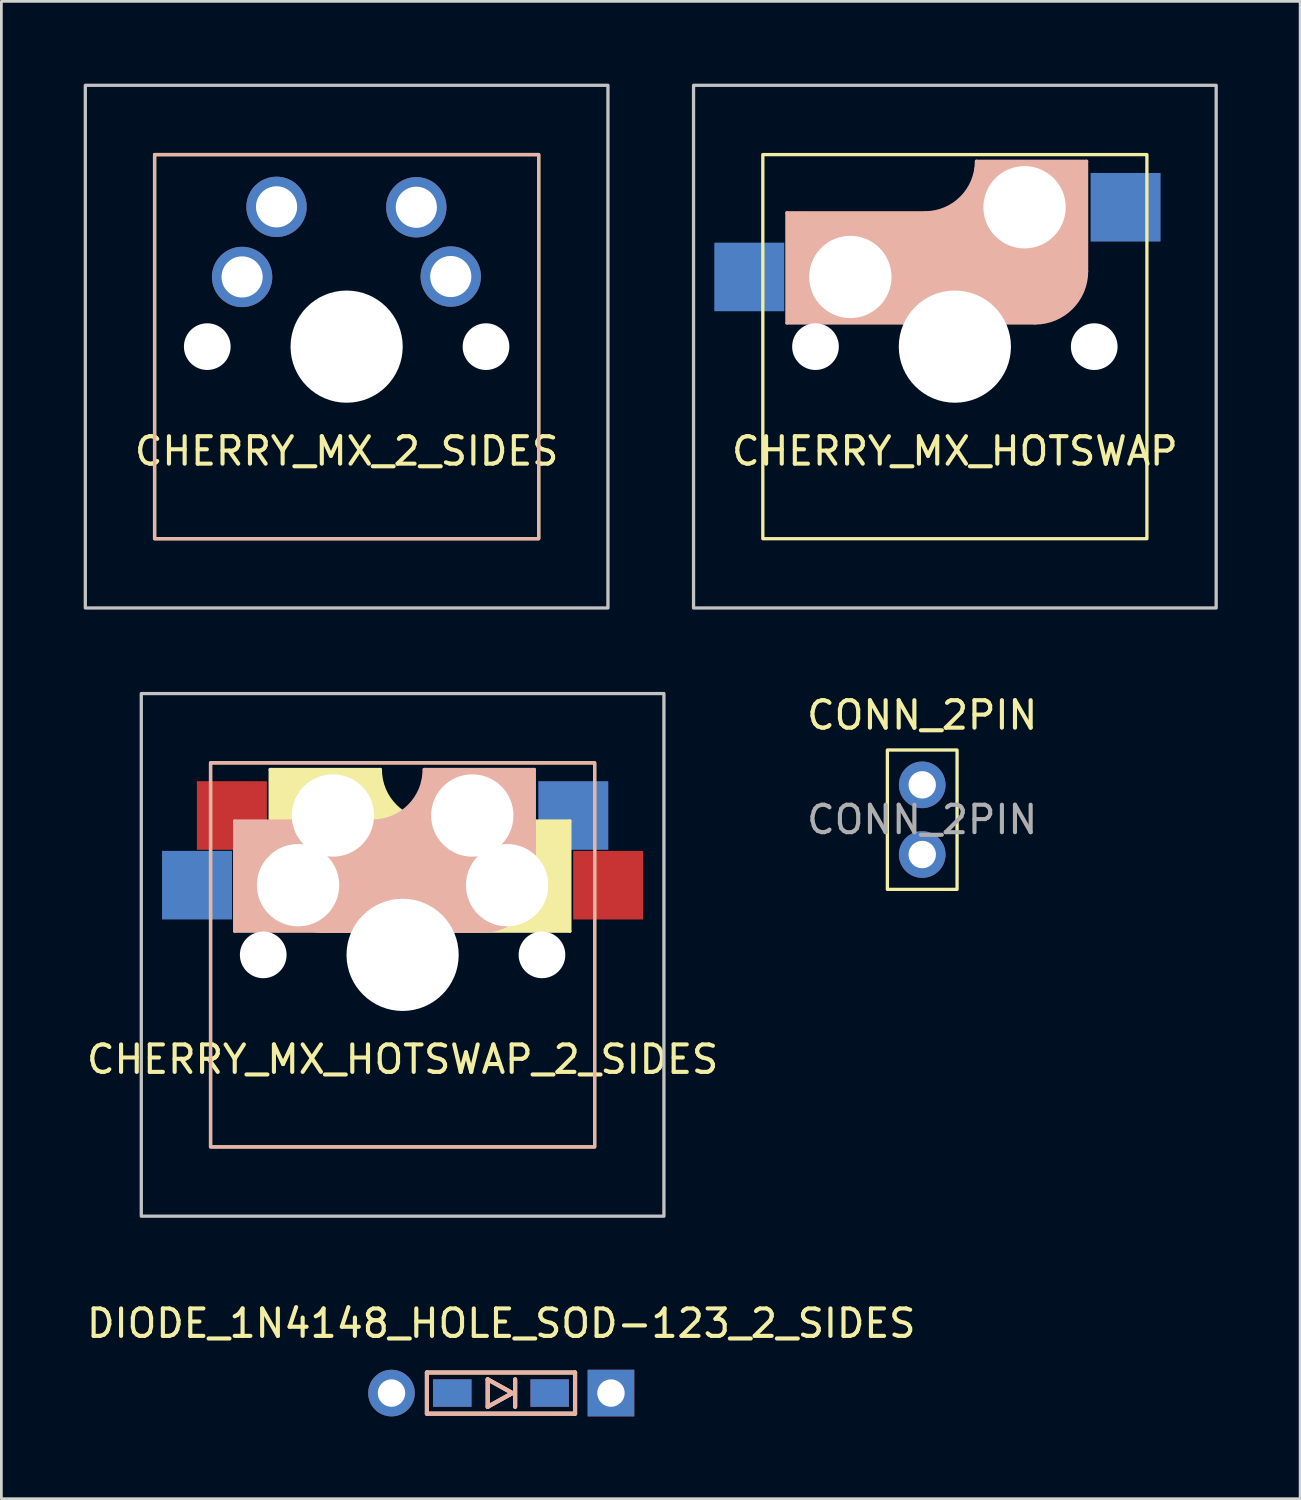
<source format=kicad_pcb>
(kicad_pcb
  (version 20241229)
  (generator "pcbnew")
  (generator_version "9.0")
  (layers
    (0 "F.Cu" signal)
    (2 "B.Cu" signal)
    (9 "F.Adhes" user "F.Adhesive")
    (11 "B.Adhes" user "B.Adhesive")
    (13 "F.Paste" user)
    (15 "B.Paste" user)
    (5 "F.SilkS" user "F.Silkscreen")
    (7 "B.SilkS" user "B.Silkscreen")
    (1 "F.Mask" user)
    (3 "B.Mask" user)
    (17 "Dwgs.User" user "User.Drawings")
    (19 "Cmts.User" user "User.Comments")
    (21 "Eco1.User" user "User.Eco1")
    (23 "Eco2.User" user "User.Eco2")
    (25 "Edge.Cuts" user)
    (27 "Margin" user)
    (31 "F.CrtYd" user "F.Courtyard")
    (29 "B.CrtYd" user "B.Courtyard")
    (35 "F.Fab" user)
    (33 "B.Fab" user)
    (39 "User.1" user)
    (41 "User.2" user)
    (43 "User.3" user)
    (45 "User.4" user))
  (footprint "CHERRY_MX_HOTSWAP"
    (layer "F.Cu")
    (at 31.755 9.585)
    (property "Reference" "CHERRY_MX_HOTSWAP" (at 0 3.81 0) (unlocked yes) (layer "F.SilkS") (effects (font (size 1 1) (thickness 0.15))))
    (attr smd)
    (fp_rect (start -7 -7) (end 7 7) (stroke (width 0.12) (type solid)) (fill no) (layer "F.SilkS"))
    (fp_line (start -6.121 -4.877) (end -1.092 -4.877) (stroke (width 0.12) (type solid)) (layer "B.SilkS"))
    (fp_line (start -6.121 -0.864) (end -6.121 -4.877) (stroke (width 0.12) (type solid)) (layer "B.SilkS"))
    (fp_line (start 2.921 -0.864) (end -6.121 -0.864) (stroke (width 0.12) (type solid)) (layer "B.SilkS"))
    (fp_line (start 4.801 -6.756) (end 0.787 -6.756) (stroke (width 0.12) (type solid)) (layer "B.SilkS"))
    (fp_line (start 4.801 -6.756) (end 4.801 -2.743) (stroke (width 0.12) (type solid)) (layer "B.SilkS"))
    (fp_arc (start 0.7874 -6.7564) (mid 0.236878 -5.427322) (end -1.0922 -4.8768) (stroke (width 0.12) (type solid)) (layer "B.SilkS"))
    (fp_arc (start 4.8006 -2.7432) (mid 4.250078 -1.414122) (end 2.921 -0.8636) (stroke (width 0.12) (type solid)) (layer "B.SilkS"))
    (fp_poly (pts (xy 0.711 -6.045) (xy 0.356 -5.436) (xy -0.356 -4.928) (xy -1.219 -4.826) (xy -6.096 -4.826) (xy -6.096 -0.914) (xy 2.896 -0.914) (xy 3.658 -1.067) (xy 4.318 -1.575) (xy 4.674 -2.286) (xy 4.724 -2.997) (xy 4.724 -6.706) (xy 0.813 -6.706)) (stroke (width 0.12) (type solid)) (fill yes) (layer "B.SilkS"))
    (fp_rect (start -9.525 -9.525) (end 9.525 9.525) (stroke (width 0.12) (type solid)) (fill no) (layer "Dwgs.User"))
    (pad "" np_thru_hole circle (at -5.08 0) (size 1.702 1.702) (drill 1.702) (layers "*.Cu" "*.Mask"))
    (pad "" np_thru_hole circle (at -3.81 -2.54) (size 3 3) (drill 3) (layers "*.Cu" "*.Mask"))
    (pad "" np_thru_hole circle (at 0 0) (size 4.089 4.089) (drill 4.089) (layers "*.Cu" "*.Mask"))
    (pad "" np_thru_hole circle (at 2.54 -5.08) (size 3 3) (drill 3) (layers "*.Cu" "*.Mask"))
    (pad "" np_thru_hole circle (at 5.08 0) (size 1.702 1.702) (drill 1.702) (layers "*.Cu" "*.Mask"))
    (pad "1" smd rect (at -7.493 -2.54) (size 2.55 2.5) (layers "B.Cu" "B.Mask" "B.Paste"))
    (pad "2" smd rect (at 6.223 -5.08) (size 2.55 2.5) (layers "B.Cu" "B.Mask" "B.Paste")))
  (footprint "CHERRY_MX_HOTSWAP_2_SIDES"
    (layer "F.Cu")
    (at 11.625 31.755)
    (property "Reference" "CHERRY_MX_HOTSWAP_2_SIDES" (at 0 3.81 0) (unlocked yes) (layer "F.SilkS") (effects (font (size 1 1) (thickness 0.15))))
    (attr smd)
    (fp_line (start -4.826 -6.756) (end -4.826 -2.743) (stroke (width 0.12) (type solid)) (layer "F.SilkS"))
    (fp_line (start -4.826 -6.756) (end -0.813 -6.756) (stroke (width 0.12) (type solid)) (layer "F.SilkS"))
    (fp_line (start -2.946 -0.864) (end 6.096 -0.864) (stroke (width 0.12) (type solid)) (layer "F.SilkS"))
    (fp_line (start 6.096 -4.877) (end 1.067 -4.877) (stroke (width 0.12) (type solid)) (layer "F.SilkS"))
    (fp_line (start 6.096 -0.864) (end 6.096 -4.877) (stroke (width 0.12) (type solid)) (layer "F.SilkS"))
    (fp_rect (start -7 -7) (end 7 7) (stroke (width 0.12) (type solid)) (fill no) (layer "F.SilkS"))
    (fp_arc (start -2.9464 -0.8636) (mid -4.275478 -1.414122) (end -4.826 -2.7432) (stroke (width 0.12) (type solid)) (layer "F.SilkS"))
    (fp_arc (start 1.0668 -4.8768) (mid -0.262278 -5.427322) (end -0.8128 -6.7564) (stroke (width 0.12) (type solid)) (layer "F.SilkS"))
    (fp_poly (pts (xy -0.762 -6.045) (xy -0.406 -5.436) (xy 0.305 -4.928) (xy 1.168 -4.826) (xy 6.045 -4.826) (xy 6.045 -0.914) (xy -2.946 -0.914) (xy -3.708 -1.067) (xy -4.369 -1.575) (xy -4.724 -2.286) (xy -4.775 -2.997) (xy -4.775 -6.706) (xy -0.864 -6.706)) (stroke (width 0.12) (type solid)) (fill yes) (layer "F.SilkS"))
    (fp_line (start -6.121 -4.877) (end -1.092 -4.877) (stroke (width 0.12) (type solid)) (layer "B.SilkS"))
    (fp_line (start -6.121 -0.864) (end -6.121 -4.877) (stroke (width 0.12) (type solid)) (layer "B.SilkS"))
    (fp_line (start 2.921 -0.864) (end -6.121 -0.864) (stroke (width 0.12) (type solid)) (layer "B.SilkS"))
    (fp_line (start 4.801 -6.756) (end 0.787 -6.756) (stroke (width 0.12) (type solid)) (layer "B.SilkS"))
    (fp_line (start 4.801 -6.756) (end 4.801 -2.743) (stroke (width 0.12) (type solid)) (layer "B.SilkS"))
    (fp_rect (start -7 -7) (end 7 7) (stroke (width 0.12) (type solid)) (fill no) (layer "B.SilkS"))
    (fp_arc (start 0.7874 -6.7564) (mid 0.236878 -5.427322) (end -1.0922 -4.8768) (stroke (width 0.12) (type solid)) (layer "B.SilkS"))
    (fp_arc (start 4.8006 -2.7432) (mid 4.250078 -1.414122) (end 2.921 -0.8636) (stroke (width 0.12) (type solid)) (layer "B.SilkS"))
    (fp_poly (pts (xy 0.711 -6.045) (xy 0.356 -5.436) (xy -0.356 -4.928) (xy -1.219 -4.826) (xy -6.096 -4.826) (xy -6.096 -0.914) (xy 2.896 -0.914) (xy 3.658 -1.067) (xy 4.318 -1.575) (xy 4.674 -2.286) (xy 4.724 -2.997) (xy 4.724 -6.706) (xy 0.813 -6.706)) (stroke (width 0.12) (type solid)) (fill yes) (layer "B.SilkS"))
    (fp_rect (start -9.525 -9.525) (end 9.525 9.525) (stroke (width 0.12) (type solid)) (fill no) (layer "Dwgs.User"))
    (pad "" np_thru_hole circle (at -5.08 0) (size 1.702 1.702) (drill 1.702) (layers "*.Cu" "*.Mask"))
    (pad "" np_thru_hole circle (at -3.81 -2.54) (size 3 3) (drill 3) (layers "*.Cu" "*.Mask"))
    (pad "" np_thru_hole circle (at -2.54 -5.08) (size 3 3) (drill 3) (layers "*.Cu" "*.Mask"))
    (pad "" np_thru_hole circle (at 0 0) (size 4.089 4.089) (drill 4.089) (layers "*.Cu" "*.Mask"))
    (pad "" np_thru_hole circle (at 2.54 -5.08) (size 3 3) (drill 3) (layers "*.Cu" "*.Mask"))
    (pad "" np_thru_hole circle (at 3.81 -2.54) (size 3 3) (drill 3) (layers "*.Cu" "*.Mask"))
    (pad "" np_thru_hole circle (at 5.08 0) (size 1.702 1.702) (drill 1.702) (layers "*.Cu" "*.Mask"))
    (pad "1" smd rect (at -7.493 -2.54) (size 2.55 2.5) (layers "B.Cu" "B.Mask" "B.Paste"))
    (pad "1" smd rect (at 7.493 -2.54) (size 2.55 2.5) (layers "F.Cu" "F.Mask" "F.Paste"))
    (pad "2" smd rect (at -6.223 -5.08) (size 2.55 2.5) (layers "F.Cu" "F.Mask" "F.Paste"))
    (pad "2" smd rect (at 6.223 -5.08) (size 2.55 2.5) (layers "B.Cu" "B.Mask" "B.Paste")))
  (footprint "CHERRY_MX_2_SIDES"
    (layer "F.Cu")
    (at 9.585 9.585)
    (property "Reference" "CHERRY_MX_2_SIDES" (at 0 3.81 0) (unlocked yes) (layer "F.SilkS") (effects (font (size 1 1) (thickness 0.15))))
    (attr through_hole)
    (fp_rect (start -7 -7) (end 7 7) (stroke (width 0.12) (type solid)) (fill no) (layer "F.SilkS"))
    (fp_rect (start -7 -7) (end 7 7) (stroke (width 0.12) (type solid)) (fill no) (layer "B.SilkS"))
    (fp_rect (start -9.525 -9.525) (end 9.525 9.525) (stroke (width 0.12) (type solid)) (fill no) (layer "Dwgs.User"))
    (pad "" np_thru_hole circle (at -5.08 0) (size 1.702 1.702) (drill 1.702) (layers "*.Cu" "*.Mask"))
    (pad "" np_thru_hole circle (at 0 0) (size 4.089 4.089) (drill 4.089) (layers "*.Cu" "*.Mask"))
    (pad "" np_thru_hole circle (at 5.08 0) (size 1.702 1.702) (drill 1.702) (layers "*.Cu" "*.Mask"))
    (pad "1" thru_hole circle (at -3.81 -2.54) (size 2.2 2.2) (drill 1.5) (layers "*.Cu" "*.Mask"))
    (pad "1" thru_hole circle (at 3.795 -2.555) (size 2.2 2.2) (drill 1.5) (layers "*.Cu" "*.Mask"))
    (pad "2" thru_hole circle (at -2.555 -5.095) (size 2.2 2.2) (drill 1.5) (layers "*.Cu" "*.Mask"))
    (pad "2" thru_hole circle (at 2.54 -5.08) (size 2.2 2.2) (drill 1.5) (layers "*.Cu" "*.Mask")))
  (footprint "DIODE_1N4148_HOLE_SOD-123_2_SIDES"
    (layer "F.Cu")
    (at 15.22 47.728)
    (property "Reference" "DIODE_1N4148_HOLE_SOD-123_2_SIDES" (at 0 -2.54 0) (unlocked yes) (layer "F.SilkS") (effects (font (size 1 1) (thickness 0.15))))
    (attr smd)
    (fp_line (start -2.708 -0.75) (end -2.708 0.75) (stroke (width 0.15) (type solid)) (layer "F.SilkS"))
    (fp_line (start -2.708 0.75) (end 2.692 0.75) (stroke (width 0.15) (type solid)) (layer "F.SilkS"))
    (fp_line (start -0.492 -0.5) (end 0.408 0) (stroke (width 0.15) (type solid)) (layer "F.SilkS"))
    (fp_line (start -0.492 0.5) (end -0.492 -0.5) (stroke (width 0.15) (type solid)) (layer "F.SilkS"))
    (fp_line (start 0.408 0) (end -0.492 0.5) (stroke (width 0.15) (type solid)) (layer "F.SilkS"))
    (fp_line (start 0.508 0.5) (end 0.508 -0.5) (stroke (width 0.15) (type solid)) (layer "F.SilkS"))
    (fp_line (start 2.692 -0.75) (end -2.708 -0.75) (stroke (width 0.15) (type solid)) (layer "F.SilkS"))
    (fp_line (start 2.692 -0.75) (end 2.692 0.75) (stroke (width 0.15) (type solid)) (layer "F.SilkS"))
    (fp_line (start -2.71 -0.75) (end 2.69 -0.75) (stroke (width 0.15) (type solid)) (layer "B.SilkS"))
    (fp_line (start -2.71 0.75) (end -2.71 -0.75) (stroke (width 0.15) (type solid)) (layer "B.SilkS"))
    (fp_line (start -0.494 -0.5) (end -0.494 0.5) (stroke (width 0.15) (type solid)) (layer "B.SilkS"))
    (fp_line (start -0.494 0.5) (end 0.406 0) (stroke (width 0.15) (type solid)) (layer "B.SilkS"))
    (fp_line (start 0.406 0) (end -0.494 -0.5) (stroke (width 0.15) (type solid)) (layer "B.SilkS"))
    (fp_line (start 0.506 -0.5) (end 0.506 0.5) (stroke (width 0.15) (type solid)) (layer "B.SilkS"))
    (fp_line (start 2.69 0.75) (end -2.71 0.75) (stroke (width 0.15) (type solid)) (layer "B.SilkS"))
    (fp_line (start 2.69 0.75) (end 2.69 -0.75) (stroke (width 0.15) (type solid)) (layer "B.SilkS"))
    (pad "1" thru_hole circle (at -4 0) (size 1.7 1.7) (drill 1) (layers "*.Cu" "*.Mask"))
    (pad "1" smd rect (at -1.785 0 180) (size 1.4 1) (layers "B.Cu" "B.Mask" "B.Paste"))
    (pad "1" smd rect (at -1.783 0) (size 1.4 1) (layers "F.Cu" "F.Mask" "F.Paste"))
    (pad "2" smd rect (at 1.765 0 180) (size 1.4 1) (layers "B.Cu" "B.Mask" "B.Paste"))
    (pad "2" smd rect (at 1.767 0) (size 1.4 1) (layers "F.Cu" "F.Mask" "F.Paste"))
    (pad "2" thru_hole rect (at 4 0) (size 1.7 1.7) (drill 1) (layers "*.Cu" "*.Mask")))
  (footprint "CONN_2PIN"
    (layer "F.Cu")
    (at 30.565 26.828)
    (property "Reference" "CONN_2PIN" (at 0 -3.81 0) (unlocked yes) (layer "F.SilkS") (effects (font (size 1 1) (thickness 0.15))))
    (attr through_hole)
    (fp_rect (start -1.27 -2.54) (end 1.27 2.54) (stroke (width 0.12) (type solid)) (fill no) (layer "F.SilkS"))
    (fp_text user "${REFERENCE}" (at 0 0 0) (unlocked yes) (layer "F.Fab") (effects (font (size 1 1) (thickness 0.15))))
    (pad "1" thru_hole circle (at 0 -1.27) (size 1.7 1.7) (drill 1) (layers "*.Cu" "*.Mask"))
    (pad "2" thru_hole circle (at 0 1.27) (size 1.7 1.7) (drill 1) (layers "*.Cu" "*.Mask")))
  (gr_rect
    (start -3 -3)
    (end 44.34 51.578)
    (stroke (width 0.1) (type default))
    (fill no)
    (layer "Edge.Cuts")))
</source>
